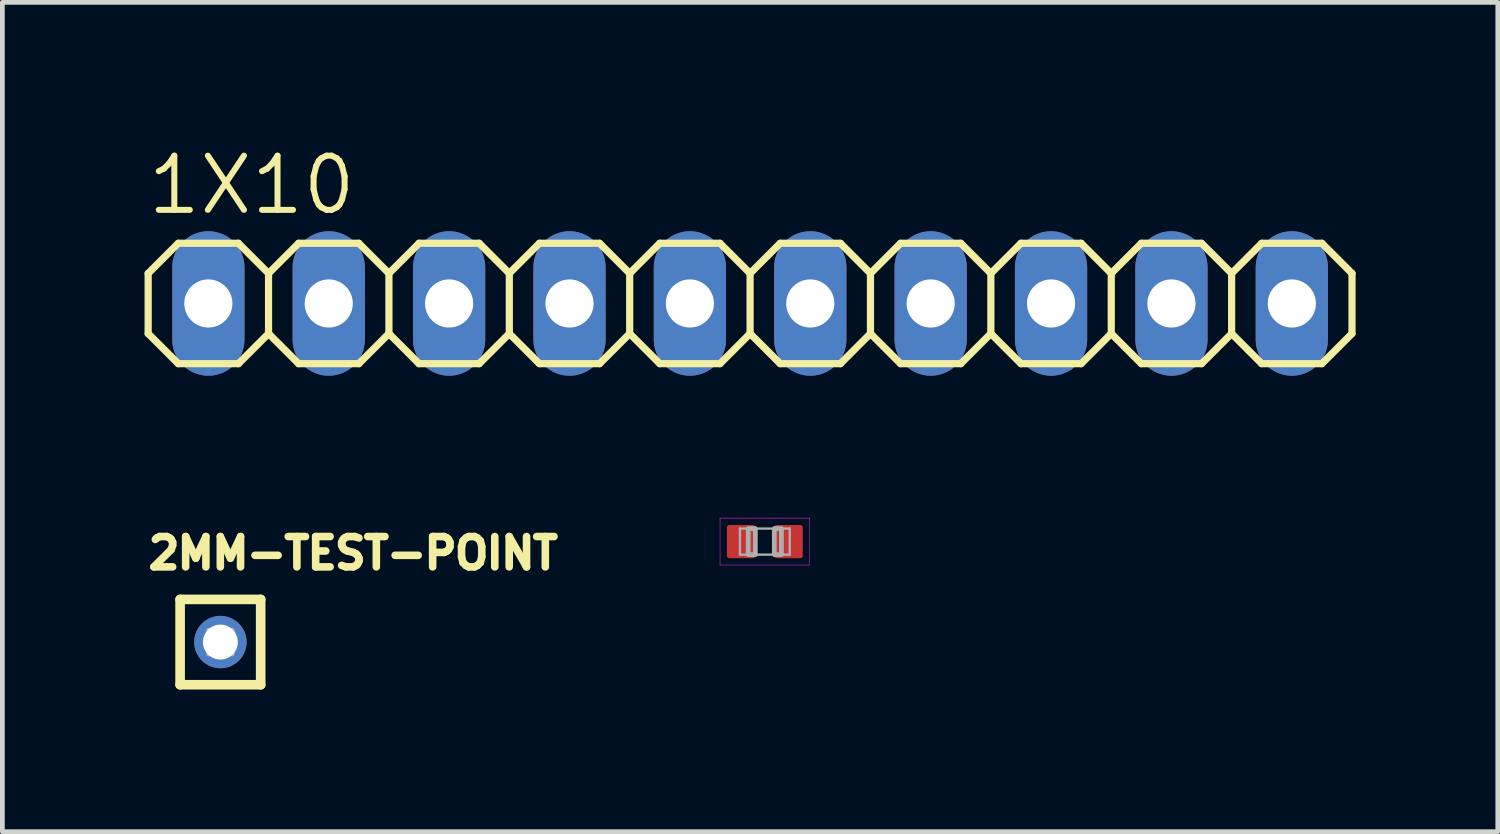
<source format=kicad_pcb>
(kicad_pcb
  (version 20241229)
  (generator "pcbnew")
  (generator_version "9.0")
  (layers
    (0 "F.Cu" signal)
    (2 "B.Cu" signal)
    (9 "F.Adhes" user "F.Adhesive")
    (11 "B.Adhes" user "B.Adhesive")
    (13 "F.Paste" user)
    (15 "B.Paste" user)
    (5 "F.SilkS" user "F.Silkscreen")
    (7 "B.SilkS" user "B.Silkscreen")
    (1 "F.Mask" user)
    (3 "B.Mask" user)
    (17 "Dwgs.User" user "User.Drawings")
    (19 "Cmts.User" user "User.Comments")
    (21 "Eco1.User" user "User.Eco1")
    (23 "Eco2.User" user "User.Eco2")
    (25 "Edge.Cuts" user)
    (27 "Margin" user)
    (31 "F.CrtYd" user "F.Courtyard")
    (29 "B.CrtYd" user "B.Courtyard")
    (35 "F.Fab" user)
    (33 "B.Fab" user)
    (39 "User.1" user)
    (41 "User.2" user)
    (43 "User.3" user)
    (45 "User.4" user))
  (footprint "2MM-TEST-POINT"
    (layer "F.Cu")
    (at 1.6 10.497)
    (property "Reference" "2MM-TEST-POINT" (at -1.6 -1.5 0) (layer "F.SilkS") (effects (font (size 0.64 0.64) (thickness 0.16)) (justify left bottom)))
    (fp_line (start -0.85 -0.9) (end -0.85 0.9) (stroke (width 0.203) (type solid)) (layer "F.SilkS"))
    (fp_line (start -0.85 0.9) (end 0.85 0.9) (stroke (width 0.203) (type solid)) (layer "F.SilkS"))
    (fp_line (start 0.85 -0.9) (end -0.85 -0.9) (stroke (width 0.203) (type solid)) (layer "F.SilkS"))
    (fp_line (start 0.85 0.9) (end 0.85 -0.9) (stroke (width 0.203) (type solid)) (layer "F.SilkS"))
    (fp_poly (pts (xy -0.25 0.25) (xy 0.25 0.25) (xy 0.25 -0.25) (xy -0.25 -0.25)) (stroke (width 0.1) (type solid)) (fill no) (layer "F.Fab"))
    (pad "1" thru_hole circle (at 0 0) (size 1.105 1.105) (drill 0.737) (layers "*.Cu" "*.Mask")))
  (footprint ".0402-B-NOSILK"
    (layer "F.Cu")
    (at 13.087 8.377)
    (property "Reference" ".0402-B-NOSILK" (at 0 0 0) (layer "F.Mask") (effects (font (size 0.17 0.17) (thickness 0.03))))
    (fp_line (start -0.525 -0.275) (end 0.525 -0.275) (stroke (width 0.05) (type solid)) (layer "F.Mask"))
    (fp_line (start -0.525 0.275) (end -0.525 -0.275) (stroke (width 0.05) (type solid)) (layer "F.Mask"))
    (fp_line (start 0.525 -0.275) (end 0.525 0.275) (stroke (width 0.05) (type solid)) (layer "F.Mask"))
    (fp_line (start 0.525 0.275) (end -0.525 0.275) (stroke (width 0.05) (type solid)) (layer "F.Mask"))
    (fp_poly (pts (xy -0.86 0.41) (xy -0.14 0.41) (xy -0.14 -0.41) (xy -0.86 -0.41)) (stroke (width 0) (type solid)) (fill yes) (layer "F.Mask"))
    (fp_poly (pts (xy 0.14 0.41) (xy 0.86 0.41) (xy 0.86 -0.41) (xy 0.14 -0.41)) (stroke (width 0) (type solid)) (fill yes) (layer "F.Mask"))
    (fp_line (start -0.945 -0.495) (end -0.945 0.495) (stroke (width 0.01) (type solid)) (layer "F.CrtYd"))
    (fp_line (start -0.945 0.495) (end 0.945 0.495) (stroke (width 0.01) (type solid)) (layer "F.CrtYd"))
    (fp_line (start 0.945 -0.495) (end -0.945 -0.495) (stroke (width 0.01) (type solid)) (layer "F.CrtYd"))
    (fp_line (start 0.945 0.495) (end 0.945 -0.495) (stroke (width 0.01) (type solid)) (layer "F.CrtYd"))
    (fp_line (start -0.525 -0.275) (end 0.525 -0.275) (stroke (width 0.05) (type solid)) (layer "F.Fab"))
    (fp_line (start -0.525 0.275) (end -0.525 -0.275) (stroke (width 0.05) (type solid)) (layer "F.Fab"))
    (fp_line (start 0.525 -0.275) (end 0.525 0.275) (stroke (width 0.05) (type solid)) (layer "F.Fab"))
    (fp_line (start 0.525 0.275) (end -0.525 0.275) (stroke (width 0.05) (type solid)) (layer "F.Fab"))
    (fp_poly (pts (xy -0.35 0.275) (xy -0.2 0.275) (xy -0.2 -0.275) (xy -0.35 -0.275)) (stroke (width 0.1) (type solid)) (fill no) (layer "F.Fab"))
    (fp_poly (pts (xy 0.2 0.275) (xy 0.35 0.275) (xy 0.35 -0.275) (xy 0.2 -0.275)) (stroke (width 0.1) (type solid)) (fill no) (layer "F.Fab"))
    (pad "1" smd roundrect (at -0.5 0) (size 0.6 0.7) (layers "F.Cu" "F.Paste") (roundrect_rratio 0.085))
    (pad "2" smd roundrect (at 0.5 0) (size 0.6 0.7) (layers "F.Cu" "F.Paste") (roundrect_rratio 0.085)))
  (footprint "1X10"
    (layer "F.Cu")
    (at 12.776 3.353)
    (property "Reference" "1X10" (at -12.776 -1.829 0) (layer "F.SilkS") (effects (font (size 1.143 1.143) (thickness 0.127)) (justify left bottom)))
    (fp_line (start -12.7 -0.635) (end -12.7 0.635) (stroke (width 0.152) (type solid)) (layer "F.SilkS"))
    (fp_line (start -12.7 0.635) (end -12.065 1.27) (stroke (width 0.152) (type solid)) (layer "F.SilkS"))
    (fp_line (start -12.065 -1.27) (end -12.7 -0.635) (stroke (width 0.152) (type solid)) (layer "F.SilkS"))
    (fp_line (start -12.065 -1.27) (end -10.795 -1.27) (stroke (width 0.152) (type solid)) (layer "F.SilkS"))
    (fp_line (start -10.795 -1.27) (end -10.16 -0.635) (stroke (width 0.152) (type solid)) (layer "F.SilkS"))
    (fp_line (start -10.795 1.27) (end -12.065 1.27) (stroke (width 0.152) (type solid)) (layer "F.SilkS"))
    (fp_line (start -10.16 -0.635) (end -10.16 0.635) (stroke (width 0.152) (type solid)) (layer "F.SilkS"))
    (fp_line (start -10.16 -0.635) (end -9.525 -1.27) (stroke (width 0.152) (type solid)) (layer "F.SilkS"))
    (fp_line (start -10.16 0.635) (end -10.795 1.27) (stroke (width 0.152) (type solid)) (layer "F.SilkS"))
    (fp_line (start -9.525 -1.27) (end -8.255 -1.27) (stroke (width 0.152) (type solid)) (layer "F.SilkS"))
    (fp_line (start -9.525 1.27) (end -10.16 0.635) (stroke (width 0.152) (type solid)) (layer "F.SilkS"))
    (fp_line (start -8.255 -1.27) (end -7.62 -0.635) (stroke (width 0.152) (type solid)) (layer "F.SilkS"))
    (fp_line (start -8.255 1.27) (end -9.525 1.27) (stroke (width 0.152) (type solid)) (layer "F.SilkS"))
    (fp_line (start -7.62 -0.635) (end -7.62 0.635) (stroke (width 0.152) (type solid)) (layer "F.SilkS"))
    (fp_line (start -7.62 -0.635) (end -6.985 -1.27) (stroke (width 0.152) (type solid)) (layer "F.SilkS"))
    (fp_line (start -7.62 0.635) (end -8.255 1.27) (stroke (width 0.152) (type solid)) (layer "F.SilkS"))
    (fp_line (start -6.985 -1.27) (end -5.715 -1.27) (stroke (width 0.152) (type solid)) (layer "F.SilkS"))
    (fp_line (start -6.985 1.27) (end -7.62 0.635) (stroke (width 0.152) (type solid)) (layer "F.SilkS"))
    (fp_line (start -5.715 -1.27) (end -5.08 -0.635) (stroke (width 0.152) (type solid)) (layer "F.SilkS"))
    (fp_line (start -5.715 1.27) (end -6.985 1.27) (stroke (width 0.152) (type solid)) (layer "F.SilkS"))
    (fp_line (start -5.08 -0.635) (end -5.08 0.635) (stroke (width 0.152) (type solid)) (layer "F.SilkS"))
    (fp_line (start -5.08 0.635) (end -5.715 1.27) (stroke (width 0.152) (type solid)) (layer "F.SilkS"))
    (fp_line (start -5.08 0.635) (end -4.445 1.27) (stroke (width 0.152) (type solid)) (layer "F.SilkS"))
    (fp_line (start -4.445 -1.27) (end -5.08 -0.635) (stroke (width 0.152) (type solid)) (layer "F.SilkS"))
    (fp_line (start -4.445 -1.27) (end -3.175 -1.27) (stroke (width 0.152) (type solid)) (layer "F.SilkS"))
    (fp_line (start -3.175 -1.27) (end -2.54 -0.635) (stroke (width 0.152) (type solid)) (layer "F.SilkS"))
    (fp_line (start -3.175 1.27) (end -4.445 1.27) (stroke (width 0.152) (type solid)) (layer "F.SilkS"))
    (fp_line (start -2.54 -0.635) (end -2.54 0.635) (stroke (width 0.152) (type solid)) (layer "F.SilkS"))
    (fp_line (start -2.54 -0.635) (end -1.905 -1.27) (stroke (width 0.152) (type solid)) (layer "F.SilkS"))
    (fp_line (start -2.54 0.635) (end -3.175 1.27) (stroke (width 0.152) (type solid)) (layer "F.SilkS"))
    (fp_line (start -1.905 -1.27) (end -0.635 -1.27) (stroke (width 0.152) (type solid)) (layer "F.SilkS"))
    (fp_line (start -1.905 1.27) (end -2.54 0.635) (stroke (width 0.152) (type solid)) (layer "F.SilkS"))
    (fp_line (start -0.635 -1.27) (end 0 -0.635) (stroke (width 0.152) (type solid)) (layer "F.SilkS"))
    (fp_line (start -0.635 1.27) (end -1.905 1.27) (stroke (width 0.152) (type solid)) (layer "F.SilkS"))
    (fp_line (start 0 -0.635) (end 0 0.635) (stroke (width 0.152) (type solid)) (layer "F.SilkS"))
    (fp_line (start 0 -0.635) (end 0.635 -1.27) (stroke (width 0.152) (type solid)) (layer "F.SilkS"))
    (fp_line (start 0 0.635) (end -0.635 1.27) (stroke (width 0.152) (type solid)) (layer "F.SilkS"))
    (fp_line (start 0.635 -1.27) (end 1.905 -1.27) (stroke (width 0.152) (type solid)) (layer "F.SilkS"))
    (fp_line (start 0.635 1.27) (end 0 0.635) (stroke (width 0.152) (type solid)) (layer "F.SilkS"))
    (fp_line (start 1.905 -1.27) (end 2.54 -0.635) (stroke (width 0.152) (type solid)) (layer "F.SilkS"))
    (fp_line (start 1.905 1.27) (end 0.635 1.27) (stroke (width 0.152) (type solid)) (layer "F.SilkS"))
    (fp_line (start 2.54 -0.635) (end 2.54 0.635) (stroke (width 0.152) (type solid)) (layer "F.SilkS"))
    (fp_line (start 2.54 0.635) (end 1.905 1.27) (stroke (width 0.152) (type solid)) (layer "F.SilkS"))
    (fp_line (start 2.54 0.635) (end 3.175 1.27) (stroke (width 0.152) (type solid)) (layer "F.SilkS"))
    (fp_line (start 3.175 -1.27) (end 2.54 -0.635) (stroke (width 0.152) (type solid)) (layer "F.SilkS"))
    (fp_line (start 3.175 -1.27) (end 4.445 -1.27) (stroke (width 0.152) (type solid)) (layer "F.SilkS"))
    (fp_line (start 4.445 -1.27) (end 5.08 -0.635) (stroke (width 0.152) (type solid)) (layer "F.SilkS"))
    (fp_line (start 4.445 1.27) (end 3.175 1.27) (stroke (width 0.152) (type solid)) (layer "F.SilkS"))
    (fp_line (start 5.08 -0.635) (end 5.08 0.635) (stroke (width 0.152) (type solid)) (layer "F.SilkS"))
    (fp_line (start 5.08 -0.635) (end 5.715 -1.27) (stroke (width 0.152) (type solid)) (layer "F.SilkS"))
    (fp_line (start 5.08 0.635) (end 4.445 1.27) (stroke (width 0.152) (type solid)) (layer "F.SilkS"))
    (fp_line (start 5.715 -1.27) (end 6.985 -1.27) (stroke (width 0.152) (type solid)) (layer "F.SilkS"))
    (fp_line (start 5.715 1.27) (end 5.08 0.635) (stroke (width 0.152) (type solid)) (layer "F.SilkS"))
    (fp_line (start 6.985 -1.27) (end 7.62 -0.635) (stroke (width 0.152) (type solid)) (layer "F.SilkS"))
    (fp_line (start 6.985 1.27) (end 5.715 1.27) (stroke (width 0.152) (type solid)) (layer "F.SilkS"))
    (fp_line (start 7.62 -0.635) (end 7.62 0.635) (stroke (width 0.152) (type solid)) (layer "F.SilkS"))
    (fp_line (start 7.62 -0.635) (end 8.255 -1.27) (stroke (width 0.152) (type solid)) (layer "F.SilkS"))
    (fp_line (start 7.62 0.635) (end 6.985 1.27) (stroke (width 0.152) (type solid)) (layer "F.SilkS"))
    (fp_line (start 8.255 -1.27) (end 9.525 -1.27) (stroke (width 0.152) (type solid)) (layer "F.SilkS"))
    (fp_line (start 8.255 1.27) (end 7.62 0.635) (stroke (width 0.152) (type solid)) (layer "F.SilkS"))
    (fp_line (start 9.525 -1.27) (end 10.16 -0.635) (stroke (width 0.152) (type solid)) (layer "F.SilkS"))
    (fp_line (start 9.525 1.27) (end 8.255 1.27) (stroke (width 0.152) (type solid)) (layer "F.SilkS"))
    (fp_line (start 10.16 -0.635) (end 10.16 0.635) (stroke (width 0.152) (type solid)) (layer "F.SilkS"))
    (fp_line (start 10.16 0.635) (end 9.525 1.27) (stroke (width 0.152) (type solid)) (layer "F.SilkS"))
    (fp_line (start 10.16 0.635) (end 10.795 1.27) (stroke (width 0.152) (type solid)) (layer "F.SilkS"))
    (fp_line (start 10.795 -1.27) (end 10.16 -0.635) (stroke (width 0.152) (type solid)) (layer "F.SilkS"))
    (fp_line (start 10.795 -1.27) (end 12.065 -1.27) (stroke (width 0.152) (type solid)) (layer "F.SilkS"))
    (fp_line (start 12.065 -1.27) (end 12.7 -0.635) (stroke (width 0.152) (type solid)) (layer "F.SilkS"))
    (fp_line (start 12.065 1.27) (end 10.795 1.27) (stroke (width 0.152) (type solid)) (layer "F.SilkS"))
    (fp_line (start 12.7 -0.635) (end 12.7 0.635) (stroke (width 0.152) (type solid)) (layer "F.SilkS"))
    (fp_line (start 12.7 0.635) (end 12.065 1.27) (stroke (width 0.152) (type solid)) (layer "F.SilkS"))
    (fp_poly (pts (xy -11.684 0.254) (xy -11.176 0.254) (xy -11.176 -0.254) (xy -11.684 -0.254)) (stroke (width 0.1) (type solid)) (fill no) (layer "F.Fab"))
    (fp_poly (pts (xy -9.144 0.254) (xy -8.636 0.254) (xy -8.636 -0.254) (xy -9.144 -0.254)) (stroke (width 0.1) (type solid)) (fill no) (layer "F.Fab"))
    (fp_poly (pts (xy -6.604 0.254) (xy -6.096 0.254) (xy -6.096 -0.254) (xy -6.604 -0.254)) (stroke (width 0.1) (type solid)) (fill no) (layer "F.Fab"))
    (fp_poly (pts (xy -4.064 0.254) (xy -3.556 0.254) (xy -3.556 -0.254) (xy -4.064 -0.254)) (stroke (width 0.1) (type solid)) (fill no) (layer "F.Fab"))
    (fp_poly (pts (xy -1.524 0.254) (xy -1.016 0.254) (xy -1.016 -0.254) (xy -1.524 -0.254)) (stroke (width 0.1) (type solid)) (fill no) (layer "F.Fab"))
    (fp_poly (pts (xy 1.016 0.254) (xy 1.524 0.254) (xy 1.524 -0.254) (xy 1.016 -0.254)) (stroke (width 0.1) (type solid)) (fill no) (layer "F.Fab"))
    (fp_poly (pts (xy 3.556 0.254) (xy 4.064 0.254) (xy 4.064 -0.254) (xy 3.556 -0.254)) (stroke (width 0.1) (type solid)) (fill no) (layer "F.Fab"))
    (fp_poly (pts (xy 6.096 0.254) (xy 6.604 0.254) (xy 6.604 -0.254) (xy 6.096 -0.254)) (stroke (width 0.1) (type solid)) (fill no) (layer "F.Fab"))
    (fp_poly (pts (xy 8.636 0.254) (xy 9.144 0.254) (xy 9.144 -0.254) (xy 8.636 -0.254)) (stroke (width 0.1) (type solid)) (fill no) (layer "F.Fab"))
    (fp_poly (pts (xy 11.176 0.254) (xy 11.684 0.254) (xy 11.684 -0.254) (xy 11.176 -0.254)) (stroke (width 0.1) (type solid)) (fill no) (layer "F.Fab"))
    (pad "1" thru_hole oval (at -11.43 0 90) (size 3.048 1.524) (drill 1.016) (layers "*.Cu" "*.Mask"))
    (pad "2" thru_hole oval (at -8.89 0 90) (size 3.048 1.524) (drill 1.016) (layers "*.Cu" "*.Mask"))
    (pad "3" thru_hole oval (at -6.35 0 90) (size 3.048 1.524) (drill 1.016) (layers "*.Cu" "*.Mask"))
    (pad "4" thru_hole oval (at -3.81 0 90) (size 3.048 1.524) (drill 1.016) (layers "*.Cu" "*.Mask"))
    (pad "5" thru_hole oval (at -1.27 0 90) (size 3.048 1.524) (drill 1.016) (layers "*.Cu" "*.Mask"))
    (pad "6" thru_hole oval (at 1.27 0 90) (size 3.048 1.524) (drill 1.016) (layers "*.Cu" "*.Mask"))
    (pad "7" thru_hole oval (at 3.81 0 90) (size 3.048 1.524) (drill 1.016) (layers "*.Cu" "*.Mask"))
    (pad "8" thru_hole oval (at 6.35 0 90) (size 3.048 1.524) (drill 1.016) (layers "*.Cu" "*.Mask"))
    (pad "9" thru_hole oval (at 8.89 0 90) (size 3.048 1.524) (drill 1.016) (layers "*.Cu" "*.Mask"))
    (pad "10" thru_hole oval (at 11.43 0 90) (size 3.048 1.524) (drill 1.016) (layers "*.Cu" "*.Mask")))
  (gr_rect
    (start -3 -3)
    (end 28.552 14.498)
    (stroke (width 0.1) (type default))
    (fill no)
    (layer "Edge.Cuts")))
</source>
